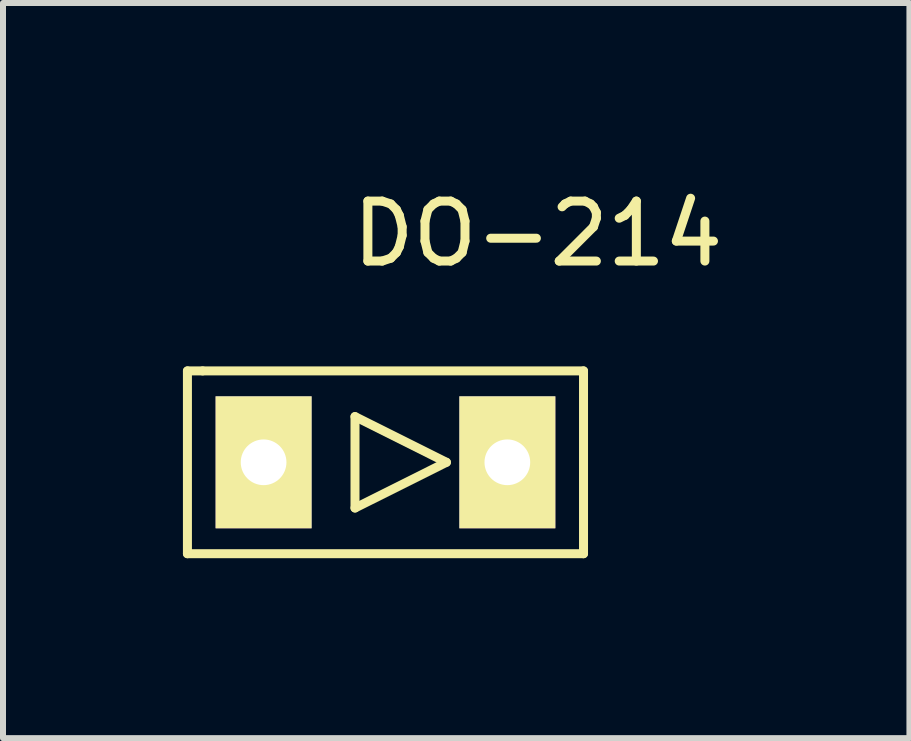
<source format=kicad_pcb>
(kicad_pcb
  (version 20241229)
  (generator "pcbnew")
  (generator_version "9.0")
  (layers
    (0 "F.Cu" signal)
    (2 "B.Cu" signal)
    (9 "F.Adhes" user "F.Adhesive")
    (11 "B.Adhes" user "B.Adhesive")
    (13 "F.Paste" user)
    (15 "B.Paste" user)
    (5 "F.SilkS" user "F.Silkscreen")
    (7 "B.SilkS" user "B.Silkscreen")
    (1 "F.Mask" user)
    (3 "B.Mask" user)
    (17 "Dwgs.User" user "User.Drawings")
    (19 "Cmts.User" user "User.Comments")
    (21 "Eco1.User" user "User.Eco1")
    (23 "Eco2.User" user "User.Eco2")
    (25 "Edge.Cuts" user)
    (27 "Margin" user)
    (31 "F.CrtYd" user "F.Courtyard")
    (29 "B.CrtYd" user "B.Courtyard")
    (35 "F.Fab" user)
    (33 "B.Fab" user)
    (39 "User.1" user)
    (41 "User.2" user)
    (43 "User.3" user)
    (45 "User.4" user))
  (footprint "DO-214"
    (layer "F.Cu")
    (at 3.377 4.658)
    (property "Reference" "DO-214" (at 2.54 -3.81 0) (layer "F.SilkS") (effects (font (size 1 1) (thickness 0.15))))
    (attr through_hole)
    (fp_line (start -3.302 -1.524) (end -3.048 -1.524) (stroke (width 0.15) (type solid)) (layer "F.SilkS"))
    (fp_line (start -3.302 1.524) (end -3.302 -1.524) (stroke (width 0.15) (type solid)) (layer "F.SilkS"))
    (fp_line (start -3.048 -1.524) (end 3.302 -1.524) (stroke (width 0.15) (type solid)) (layer "F.SilkS"))
    (fp_line (start -0.508 -0.762) (end -0.508 0.762) (stroke (width 0.15) (type solid)) (layer "F.SilkS"))
    (fp_line (start 1.016 0) (end -0.508 -0.762) (stroke (width 0.15) (type solid)) (layer "F.SilkS"))
    (fp_line (start 1.016 0) (end -0.508 0.762) (stroke (width 0.15) (type solid)) (layer "F.SilkS"))
    (fp_line (start 3.302 -1.524) (end 3.302 1.524) (stroke (width 0.15) (type solid)) (layer "F.SilkS"))
    (fp_line (start 3.302 1.524) (end -3.302 1.524) (stroke (width 0.15) (type solid)) (layer "F.SilkS"))
    (pad "1" thru_hole rect (at -2.032 0) (size 1.6 2.2) (drill 0.762) (layers "*.Cu" "*.Mask" "F.SilkS"))
    (pad "2" thru_hole rect (at 2.032 0) (size 1.6 2.2) (drill 0.762) (layers "*.Cu" "*.Mask" "F.SilkS")))
  (gr_rect
    (start -3 -3)
    (end 12.113 9.257)
    (stroke (width 0.1) (type default))
    (fill no)
    (layer "Edge.Cuts")))
</source>
